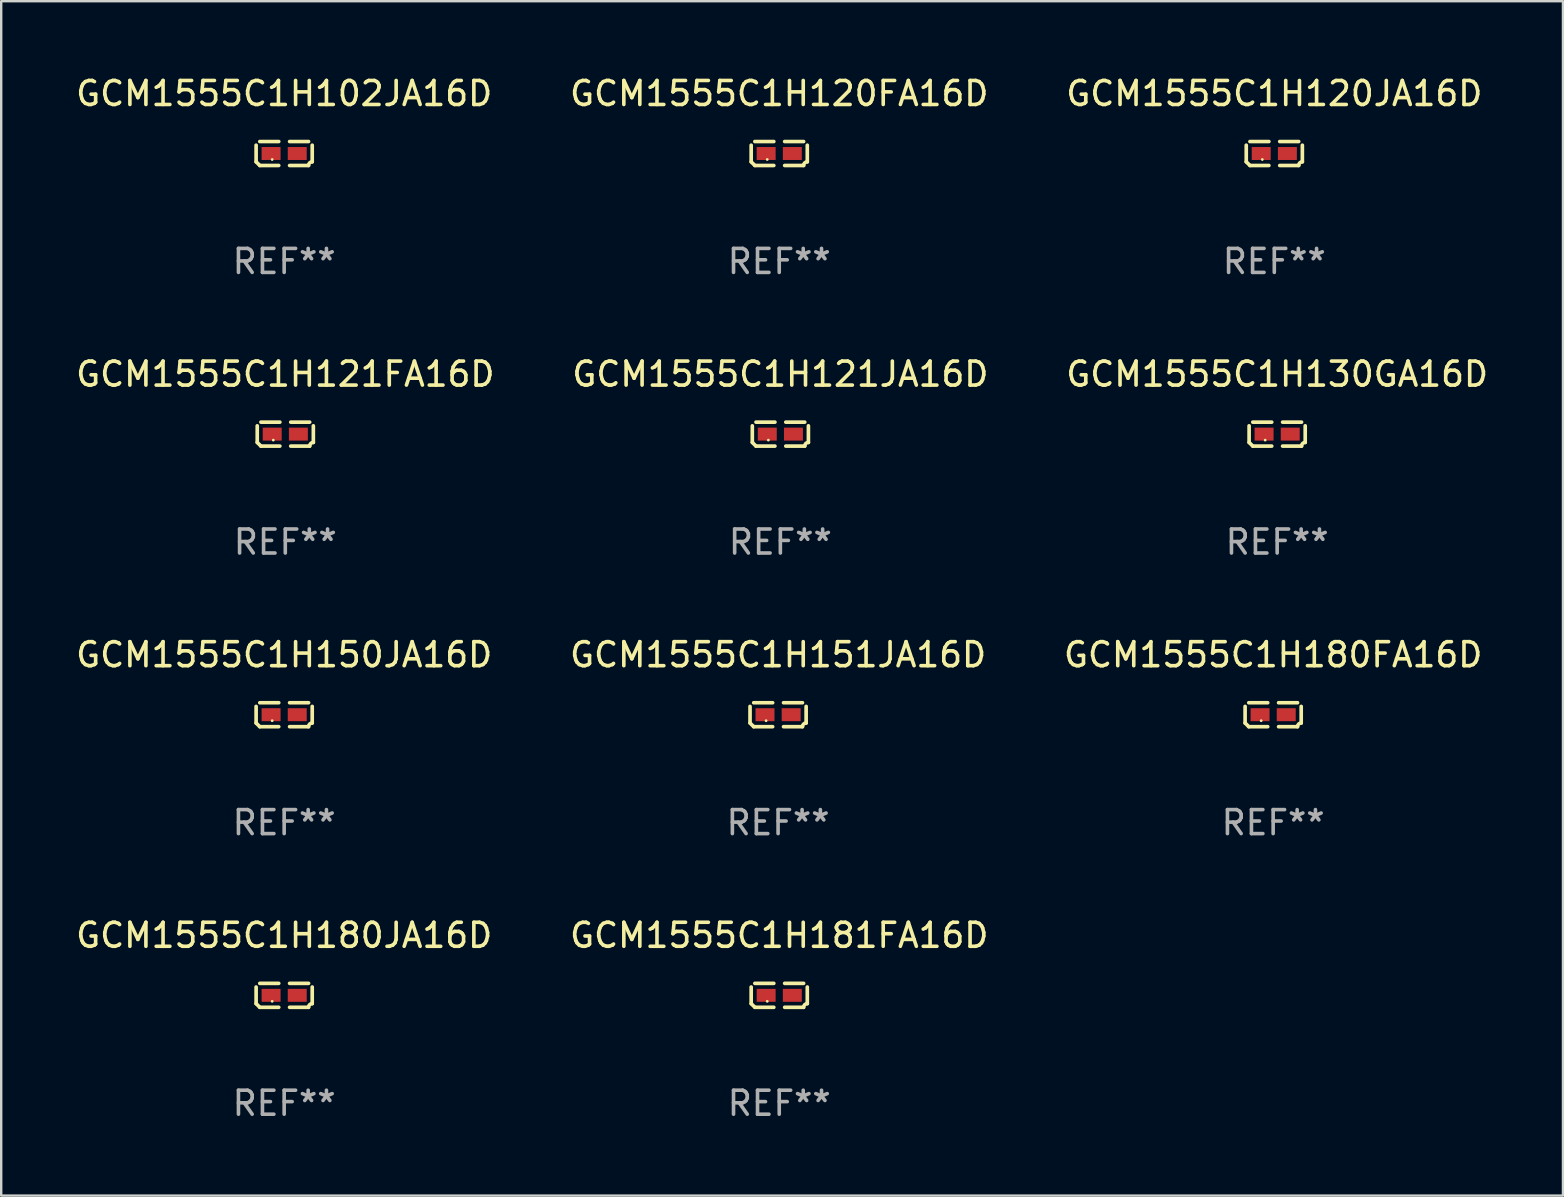
<source format=kicad_pcb>
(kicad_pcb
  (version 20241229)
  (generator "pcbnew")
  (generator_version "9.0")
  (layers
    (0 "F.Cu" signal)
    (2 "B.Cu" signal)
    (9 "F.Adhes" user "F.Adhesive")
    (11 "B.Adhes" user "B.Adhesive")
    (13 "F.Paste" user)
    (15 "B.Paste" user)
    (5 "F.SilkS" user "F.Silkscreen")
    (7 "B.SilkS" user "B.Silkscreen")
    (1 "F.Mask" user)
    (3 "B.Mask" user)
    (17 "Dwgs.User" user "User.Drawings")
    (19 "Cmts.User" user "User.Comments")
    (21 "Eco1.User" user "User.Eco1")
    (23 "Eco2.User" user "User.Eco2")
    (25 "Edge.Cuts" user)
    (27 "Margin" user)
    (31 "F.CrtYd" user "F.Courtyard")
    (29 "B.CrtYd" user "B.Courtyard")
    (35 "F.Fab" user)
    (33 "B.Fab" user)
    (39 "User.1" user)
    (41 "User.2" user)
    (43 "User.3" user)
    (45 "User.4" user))
  (footprint "GCM1555C1H102JA16D"
    (layer "F.Cu")
    (at 8.792 3.347)
    (property "Reference" "GCM1555C1H102JA16D" (at 0 -2.499 0) (layer "F.SilkS") (effects (font (size 1 1) (thickness 0.15))))
    (attr through_hole)
    (fp_line (start -1.169 0.346) (end -1.169 -0.346) (stroke (width 0.152) (type solid)) (layer "F.SilkS"))
    (fp_line (start -1.016 -0.499) (end -0.226 -0.499) (stroke (width 0.152) (type solid)) (layer "F.SilkS"))
    (fp_line (start -0.226 0.499) (end -1.016 0.499) (stroke (width 0.152) (type solid)) (layer "F.SilkS"))
    (fp_line (start 0.226 0.499) (end 1.016 0.499) (stroke (width 0.152) (type solid)) (layer "F.SilkS"))
    (fp_line (start 1.016 -0.499) (end 0.226 -0.499) (stroke (width 0.152) (type solid)) (layer "F.SilkS"))
    (fp_line (start 1.169 0.346) (end 1.169 -0.346) (stroke (width 0.152) (type solid)) (layer "F.SilkS"))
    (fp_arc (start -1.016307 0.498603) (mid -1.092512 0.422405) (end -1.16871 0.3462) (stroke (width 0.1524) (type solid)) (layer "F.SilkS"))
    (fp_arc (start 1.016307 0.498603) (mid 1.060899 0.390758) (end 1.168707 0.346076) (stroke (width 0.1524) (type solid)) (layer "F.SilkS"))
    (fp_circle (center -0.5 0.25) (end -0.47 0.25) (stroke (width 0.06) (type solid)) (fill no) (layer "F.SilkS"))
    (fp_text user "REF**" (at 0 4.499 0) (layer "F.Fab") (effects (font (size 1 1) (thickness 0.15))))
    (pad "1" smd rect (at -0.545 0) (size 0.79 0.54) (layers "F.Cu" "F.Mask" "F.Paste"))
    (pad "2" smd rect (at 0.545 0) (size 0.79 0.54) (layers "F.Cu" "F.Mask" "F.Paste")))
  (footprint "GCM1555C1H180FA16D"
    (layer "F.Cu")
    (at 50.006 26.734)
    (property "Reference" "GCM1555C1H180FA16D" (at 0 -2.499 0) (layer "F.SilkS") (effects (font (size 1 1) (thickness 0.15))))
    (attr through_hole)
    (fp_line (start -1.169 0.346) (end -1.169 -0.346) (stroke (width 0.152) (type solid)) (layer "F.SilkS"))
    (fp_line (start -1.016 -0.499) (end -0.226 -0.499) (stroke (width 0.152) (type solid)) (layer "F.SilkS"))
    (fp_line (start -0.226 0.499) (end -1.016 0.499) (stroke (width 0.152) (type solid)) (layer "F.SilkS"))
    (fp_line (start 0.226 0.499) (end 1.016 0.499) (stroke (width 0.152) (type solid)) (layer "F.SilkS"))
    (fp_line (start 1.016 -0.499) (end 0.226 -0.499) (stroke (width 0.152) (type solid)) (layer "F.SilkS"))
    (fp_line (start 1.169 0.346) (end 1.169 -0.346) (stroke (width 0.152) (type solid)) (layer "F.SilkS"))
    (fp_arc (start -1.016307 0.498603) (mid -1.092512 0.422405) (end -1.16871 0.3462) (stroke (width 0.1524) (type solid)) (layer "F.SilkS"))
    (fp_arc (start 1.016307 0.498603) (mid 1.060899 0.390758) (end 1.168707 0.346076) (stroke (width 0.1524) (type solid)) (layer "F.SilkS"))
    (fp_circle (center -0.5 0.25) (end -0.47 0.25) (stroke (width 0.06) (type solid)) (fill no) (layer "F.SilkS"))
    (fp_text user "REF**" (at 0 4.499 0) (layer "F.Fab") (effects (font (size 1 1) (thickness 0.15))))
    (pad "1" smd rect (at -0.545 0) (size 0.79 0.54) (layers "F.Cu" "F.Mask" "F.Paste"))
    (pad "2" smd rect (at 0.545 0) (size 0.79 0.54) (layers "F.Cu" "F.Mask" "F.Paste")))
  (footprint "GCM1555C1H121FA16D"
    (layer "F.Cu")
    (at 8.839 15.041)
    (property "Reference" "GCM1555C1H121FA16D" (at 0 -2.499 0) (layer "F.SilkS") (effects (font (size 1 1) (thickness 0.15))))
    (attr through_hole)
    (fp_line (start -1.169 0.346) (end -1.169 -0.346) (stroke (width 0.152) (type solid)) (layer "F.SilkS"))
    (fp_line (start -1.016 -0.499) (end -0.226 -0.499) (stroke (width 0.152) (type solid)) (layer "F.SilkS"))
    (fp_line (start -0.226 0.499) (end -1.016 0.499) (stroke (width 0.152) (type solid)) (layer "F.SilkS"))
    (fp_line (start 0.226 0.499) (end 1.016 0.499) (stroke (width 0.152) (type solid)) (layer "F.SilkS"))
    (fp_line (start 1.016 -0.499) (end 0.226 -0.499) (stroke (width 0.152) (type solid)) (layer "F.SilkS"))
    (fp_line (start 1.169 0.346) (end 1.169 -0.346) (stroke (width 0.152) (type solid)) (layer "F.SilkS"))
    (fp_arc (start -1.016307 0.498603) (mid -1.092512 0.422405) (end -1.16871 0.3462) (stroke (width 0.1524) (type solid)) (layer "F.SilkS"))
    (fp_arc (start 1.016307 0.498603) (mid 1.060899 0.390758) (end 1.168707 0.346076) (stroke (width 0.1524) (type solid)) (layer "F.SilkS"))
    (fp_circle (center -0.5 0.25) (end -0.47 0.25) (stroke (width 0.06) (type solid)) (fill no) (layer "F.SilkS"))
    (fp_text user "REF**" (at 0 4.499 0) (layer "F.Fab") (effects (font (size 1 1) (thickness 0.15))))
    (pad "1" smd rect (at -0.545 0) (size 0.79 0.54) (layers "F.Cu" "F.Mask" "F.Paste"))
    (pad "2" smd rect (at 0.545 0) (size 0.79 0.54) (layers "F.Cu" "F.Mask" "F.Paste")))
  (footprint "GCM1555C1H120FA16D"
    (layer "F.Cu")
    (at 29.423 3.347)
    (property "Reference" "GCM1555C1H120FA16D" (at 0 -2.499 0) (layer "F.SilkS") (effects (font (size 1 1) (thickness 0.15))))
    (attr through_hole)
    (fp_line (start -1.169 0.346) (end -1.169 -0.346) (stroke (width 0.152) (type solid)) (layer "F.SilkS"))
    (fp_line (start -1.016 -0.499) (end -0.226 -0.499) (stroke (width 0.152) (type solid)) (layer "F.SilkS"))
    (fp_line (start -0.226 0.499) (end -1.016 0.499) (stroke (width 0.152) (type solid)) (layer "F.SilkS"))
    (fp_line (start 0.226 0.499) (end 1.016 0.499) (stroke (width 0.152) (type solid)) (layer "F.SilkS"))
    (fp_line (start 1.016 -0.499) (end 0.226 -0.499) (stroke (width 0.152) (type solid)) (layer "F.SilkS"))
    (fp_line (start 1.169 0.346) (end 1.169 -0.346) (stroke (width 0.152) (type solid)) (layer "F.SilkS"))
    (fp_arc (start -1.016307 0.498603) (mid -1.092512 0.422405) (end -1.16871 0.3462) (stroke (width 0.1524) (type solid)) (layer "F.SilkS"))
    (fp_arc (start 1.016307 0.498603) (mid 1.060899 0.390758) (end 1.168707 0.346076) (stroke (width 0.1524) (type solid)) (layer "F.SilkS"))
    (fp_circle (center -0.5 0.25) (end -0.47 0.25) (stroke (width 0.06) (type solid)) (fill no) (layer "F.SilkS"))
    (fp_text user "REF**" (at 0 4.499 0) (layer "F.Fab") (effects (font (size 1 1) (thickness 0.15))))
    (pad "1" smd rect (at -0.545 0) (size 0.79 0.54) (layers "F.Cu" "F.Mask" "F.Paste"))
    (pad "2" smd rect (at 0.545 0) (size 0.79 0.54) (layers "F.Cu" "F.Mask" "F.Paste")))
  (footprint "GCM1555C1H180JA16D"
    (layer "F.Cu")
    (at 8.792 38.428)
    (property "Reference" "GCM1555C1H180JA16D" (at 0 -2.499 0) (layer "F.SilkS") (effects (font (size 1 1) (thickness 0.15))))
    (attr through_hole)
    (fp_line (start -1.169 0.346) (end -1.169 -0.346) (stroke (width 0.152) (type solid)) (layer "F.SilkS"))
    (fp_line (start -1.016 -0.499) (end -0.226 -0.499) (stroke (width 0.152) (type solid)) (layer "F.SilkS"))
    (fp_line (start -0.226 0.499) (end -1.016 0.499) (stroke (width 0.152) (type solid)) (layer "F.SilkS"))
    (fp_line (start 0.226 0.499) (end 1.016 0.499) (stroke (width 0.152) (type solid)) (layer "F.SilkS"))
    (fp_line (start 1.016 -0.499) (end 0.226 -0.499) (stroke (width 0.152) (type solid)) (layer "F.SilkS"))
    (fp_line (start 1.169 0.346) (end 1.169 -0.346) (stroke (width 0.152) (type solid)) (layer "F.SilkS"))
    (fp_arc (start -1.016307 0.498603) (mid -1.092512 0.422405) (end -1.16871 0.3462) (stroke (width 0.1524) (type solid)) (layer "F.SilkS"))
    (fp_arc (start 1.016307 0.498603) (mid 1.060899 0.390758) (end 1.168707 0.346076) (stroke (width 0.1524) (type solid)) (layer "F.SilkS"))
    (fp_circle (center -0.5 0.25) (end -0.47 0.25) (stroke (width 0.06) (type solid)) (fill no) (layer "F.SilkS"))
    (fp_text user "REF**" (at 0 4.499 0) (layer "F.Fab") (effects (font (size 1 1) (thickness 0.15))))
    (pad "1" smd rect (at -0.545 0) (size 0.79 0.54) (layers "F.Cu" "F.Mask" "F.Paste"))
    (pad "2" smd rect (at 0.545 0) (size 0.79 0.54) (layers "F.Cu" "F.Mask" "F.Paste")))
  (footprint "GCM1555C1H130GA16D"
    (layer "F.Cu")
    (at 50.173 15.041)
    (property "Reference" "GCM1555C1H130GA16D" (at 0 -2.499 0) (layer "F.SilkS") (effects (font (size 1 1) (thickness 0.15))))
    (attr through_hole)
    (fp_line (start -1.169 0.346) (end -1.169 -0.346) (stroke (width 0.152) (type solid)) (layer "F.SilkS"))
    (fp_line (start -1.016 -0.499) (end -0.226 -0.499) (stroke (width 0.152) (type solid)) (layer "F.SilkS"))
    (fp_line (start -0.226 0.499) (end -1.016 0.499) (stroke (width 0.152) (type solid)) (layer "F.SilkS"))
    (fp_line (start 0.226 0.499) (end 1.016 0.499) (stroke (width 0.152) (type solid)) (layer "F.SilkS"))
    (fp_line (start 1.016 -0.499) (end 0.226 -0.499) (stroke (width 0.152) (type solid)) (layer "F.SilkS"))
    (fp_line (start 1.169 0.346) (end 1.169 -0.346) (stroke (width 0.152) (type solid)) (layer "F.SilkS"))
    (fp_arc (start -1.016307 0.498603) (mid -1.092512 0.422405) (end -1.16871 0.3462) (stroke (width 0.1524) (type solid)) (layer "F.SilkS"))
    (fp_arc (start 1.016307 0.498603) (mid 1.060899 0.390758) (end 1.168707 0.346076) (stroke (width 0.1524) (type solid)) (layer "F.SilkS"))
    (fp_circle (center -0.5 0.25) (end -0.47 0.25) (stroke (width 0.06) (type solid)) (fill no) (layer "F.SilkS"))
    (fp_text user "REF**" (at 0 4.499 0) (layer "F.Fab") (effects (font (size 1 1) (thickness 0.15))))
    (pad "1" smd rect (at -0.545 0) (size 0.79 0.54) (layers "F.Cu" "F.Mask" "F.Paste"))
    (pad "2" smd rect (at 0.545 0) (size 0.79 0.54) (layers "F.Cu" "F.Mask" "F.Paste")))
  (footprint "GCM1555C1H121JA16D"
    (layer "F.Cu")
    (at 29.47 15.041)
    (property "Reference" "GCM1555C1H121JA16D" (at 0 -2.499 0) (layer "F.SilkS") (effects (font (size 1 1) (thickness 0.15))))
    (attr through_hole)
    (fp_line (start -1.169 0.346) (end -1.169 -0.346) (stroke (width 0.152) (type solid)) (layer "F.SilkS"))
    (fp_line (start -1.016 -0.499) (end -0.226 -0.499) (stroke (width 0.152) (type solid)) (layer "F.SilkS"))
    (fp_line (start -0.226 0.499) (end -1.016 0.499) (stroke (width 0.152) (type solid)) (layer "F.SilkS"))
    (fp_line (start 0.226 0.499) (end 1.016 0.499) (stroke (width 0.152) (type solid)) (layer "F.SilkS"))
    (fp_line (start 1.016 -0.499) (end 0.226 -0.499) (stroke (width 0.152) (type solid)) (layer "F.SilkS"))
    (fp_line (start 1.169 0.346) (end 1.169 -0.346) (stroke (width 0.152) (type solid)) (layer "F.SilkS"))
    (fp_arc (start -1.016307 0.498603) (mid -1.092512 0.422405) (end -1.16871 0.3462) (stroke (width 0.1524) (type solid)) (layer "F.SilkS"))
    (fp_arc (start 1.016307 0.498603) (mid 1.060899 0.390758) (end 1.168707 0.346076) (stroke (width 0.1524) (type solid)) (layer "F.SilkS"))
    (fp_circle (center -0.5 0.25) (end -0.47 0.25) (stroke (width 0.06) (type solid)) (fill no) (layer "F.SilkS"))
    (fp_text user "REF**" (at 0 4.499 0) (layer "F.Fab") (effects (font (size 1 1) (thickness 0.15))))
    (pad "1" smd rect (at -0.545 0) (size 0.79 0.54) (layers "F.Cu" "F.Mask" "F.Paste"))
    (pad "2" smd rect (at 0.545 0) (size 0.79 0.54) (layers "F.Cu" "F.Mask" "F.Paste")))
  (footprint "GCM1555C1H120JA16D"
    (layer "F.Cu")
    (at 50.054 3.347)
    (property "Reference" "GCM1555C1H120JA16D" (at 0 -2.499 0) (layer "F.SilkS") (effects (font (size 1 1) (thickness 0.15))))
    (attr through_hole)
    (fp_line (start -1.169 0.346) (end -1.169 -0.346) (stroke (width 0.152) (type solid)) (layer "F.SilkS"))
    (fp_line (start -1.016 -0.499) (end -0.226 -0.499) (stroke (width 0.152) (type solid)) (layer "F.SilkS"))
    (fp_line (start -0.226 0.499) (end -1.016 0.499) (stroke (width 0.152) (type solid)) (layer "F.SilkS"))
    (fp_line (start 0.226 0.499) (end 1.016 0.499) (stroke (width 0.152) (type solid)) (layer "F.SilkS"))
    (fp_line (start 1.016 -0.499) (end 0.226 -0.499) (stroke (width 0.152) (type solid)) (layer "F.SilkS"))
    (fp_line (start 1.169 0.346) (end 1.169 -0.346) (stroke (width 0.152) (type solid)) (layer "F.SilkS"))
    (fp_arc (start -1.016307 0.498603) (mid -1.092512 0.422405) (end -1.16871 0.3462) (stroke (width 0.1524) (type solid)) (layer "F.SilkS"))
    (fp_arc (start 1.016307 0.498603) (mid 1.060899 0.390758) (end 1.168707 0.346076) (stroke (width 0.1524) (type solid)) (layer "F.SilkS"))
    (fp_circle (center -0.5 0.25) (end -0.47 0.25) (stroke (width 0.06) (type solid)) (fill no) (layer "F.SilkS"))
    (fp_text user "REF**" (at 0 4.499 0) (layer "F.Fab") (effects (font (size 1 1) (thickness 0.15))))
    (pad "1" smd rect (at -0.545 0) (size 0.79 0.54) (layers "F.Cu" "F.Mask" "F.Paste"))
    (pad "2" smd rect (at 0.545 0) (size 0.79 0.54) (layers "F.Cu" "F.Mask" "F.Paste")))
  (footprint "GCM1555C1H181FA16D"
    (layer "F.Cu")
    (at 29.423 38.428)
    (property "Reference" "GCM1555C1H181FA16D" (at 0 -2.499 0) (layer "F.SilkS") (effects (font (size 1 1) (thickness 0.15))))
    (attr through_hole)
    (fp_line (start -1.169 0.346) (end -1.169 -0.346) (stroke (width 0.152) (type solid)) (layer "F.SilkS"))
    (fp_line (start -1.016 -0.499) (end -0.226 -0.499) (stroke (width 0.152) (type solid)) (layer "F.SilkS"))
    (fp_line (start -0.226 0.499) (end -1.016 0.499) (stroke (width 0.152) (type solid)) (layer "F.SilkS"))
    (fp_line (start 0.226 0.499) (end 1.016 0.499) (stroke (width 0.152) (type solid)) (layer "F.SilkS"))
    (fp_line (start 1.016 -0.499) (end 0.226 -0.499) (stroke (width 0.152) (type solid)) (layer "F.SilkS"))
    (fp_line (start 1.169 0.346) (end 1.169 -0.346) (stroke (width 0.152) (type solid)) (layer "F.SilkS"))
    (fp_arc (start -1.016307 0.498603) (mid -1.092512 0.422405) (end -1.16871 0.3462) (stroke (width 0.1524) (type solid)) (layer "F.SilkS"))
    (fp_arc (start 1.016307 0.498603) (mid 1.060899 0.390758) (end 1.168707 0.346076) (stroke (width 0.1524) (type solid)) (layer "F.SilkS"))
    (fp_circle (center -0.5 0.25) (end -0.47 0.25) (stroke (width 0.06) (type solid)) (fill no) (layer "F.SilkS"))
    (fp_text user "REF**" (at 0 4.499 0) (layer "F.Fab") (effects (font (size 1 1) (thickness 0.15))))
    (pad "1" smd rect (at -0.545 0) (size 0.79 0.54) (layers "F.Cu" "F.Mask" "F.Paste"))
    (pad "2" smd rect (at 0.545 0) (size 0.79 0.54) (layers "F.Cu" "F.Mask" "F.Paste")))
  (footprint "GCM1555C1H151JA16D"
    (layer "F.Cu")
    (at 29.375 26.734)
    (property "Reference" "GCM1555C1H151JA16D" (at 0 -2.499 0) (layer "F.SilkS") (effects (font (size 1 1) (thickness 0.15))))
    (attr through_hole)
    (fp_line (start -1.169 0.346) (end -1.169 -0.346) (stroke (width 0.152) (type solid)) (layer "F.SilkS"))
    (fp_line (start -1.016 -0.499) (end -0.226 -0.499) (stroke (width 0.152) (type solid)) (layer "F.SilkS"))
    (fp_line (start -0.226 0.499) (end -1.016 0.499) (stroke (width 0.152) (type solid)) (layer "F.SilkS"))
    (fp_line (start 0.226 0.499) (end 1.016 0.499) (stroke (width 0.152) (type solid)) (layer "F.SilkS"))
    (fp_line (start 1.016 -0.499) (end 0.226 -0.499) (stroke (width 0.152) (type solid)) (layer "F.SilkS"))
    (fp_line (start 1.169 0.346) (end 1.169 -0.346) (stroke (width 0.152) (type solid)) (layer "F.SilkS"))
    (fp_arc (start -1.016307 0.498603) (mid -1.092512 0.422405) (end -1.16871 0.3462) (stroke (width 0.1524) (type solid)) (layer "F.SilkS"))
    (fp_arc (start 1.016307 0.498603) (mid 1.060899 0.390758) (end 1.168707 0.346076) (stroke (width 0.1524) (type solid)) (layer "F.SilkS"))
    (fp_circle (center -0.5 0.25) (end -0.47 0.25) (stroke (width 0.06) (type solid)) (fill no) (layer "F.SilkS"))
    (fp_text user "REF**" (at 0 4.499 0) (layer "F.Fab") (effects (font (size 1 1) (thickness 0.15))))
    (pad "1" smd rect (at -0.545 0) (size 0.79 0.54) (layers "F.Cu" "F.Mask" "F.Paste"))
    (pad "2" smd rect (at 0.545 0) (size 0.79 0.54) (layers "F.Cu" "F.Mask" "F.Paste")))
  (footprint "GCM1555C1H150JA16D"
    (layer "F.Cu")
    (at 8.792 26.734)
    (property "Reference" "GCM1555C1H150JA16D" (at 0 -2.499 0) (layer "F.SilkS") (effects (font (size 1 1) (thickness 0.15))))
    (attr through_hole)
    (fp_line (start -1.169 0.346) (end -1.169 -0.346) (stroke (width 0.152) (type solid)) (layer "F.SilkS"))
    (fp_line (start -1.016 -0.499) (end -0.226 -0.499) (stroke (width 0.152) (type solid)) (layer "F.SilkS"))
    (fp_line (start -0.226 0.499) (end -1.016 0.499) (stroke (width 0.152) (type solid)) (layer "F.SilkS"))
    (fp_line (start 0.226 0.499) (end 1.016 0.499) (stroke (width 0.152) (type solid)) (layer "F.SilkS"))
    (fp_line (start 1.016 -0.499) (end 0.226 -0.499) (stroke (width 0.152) (type solid)) (layer "F.SilkS"))
    (fp_line (start 1.169 0.346) (end 1.169 -0.346) (stroke (width 0.152) (type solid)) (layer "F.SilkS"))
    (fp_arc (start -1.016307 0.498603) (mid -1.092512 0.422405) (end -1.16871 0.3462) (stroke (width 0.1524) (type solid)) (layer "F.SilkS"))
    (fp_arc (start 1.016307 0.498603) (mid 1.060899 0.390758) (end 1.168707 0.346076) (stroke (width 0.1524) (type solid)) (layer "F.SilkS"))
    (fp_circle (center -0.5 0.25) (end -0.47 0.25) (stroke (width 0.06) (type solid)) (fill no) (layer "F.SilkS"))
    (fp_text user "REF**" (at 0 4.499 0) (layer "F.Fab") (effects (font (size 1 1) (thickness 0.15))))
    (pad "1" smd rect (at -0.545 0) (size 0.79 0.54) (layers "F.Cu" "F.Mask" "F.Paste"))
    (pad "2" smd rect (at 0.545 0) (size 0.79 0.54) (layers "F.Cu" "F.Mask" "F.Paste")))
  (gr_rect
    (start -3 -3)
    (end 62.083 46.775)
    (stroke (width 0.1) (type default))
    (fill no)
    (layer "Edge.Cuts")))
</source>
